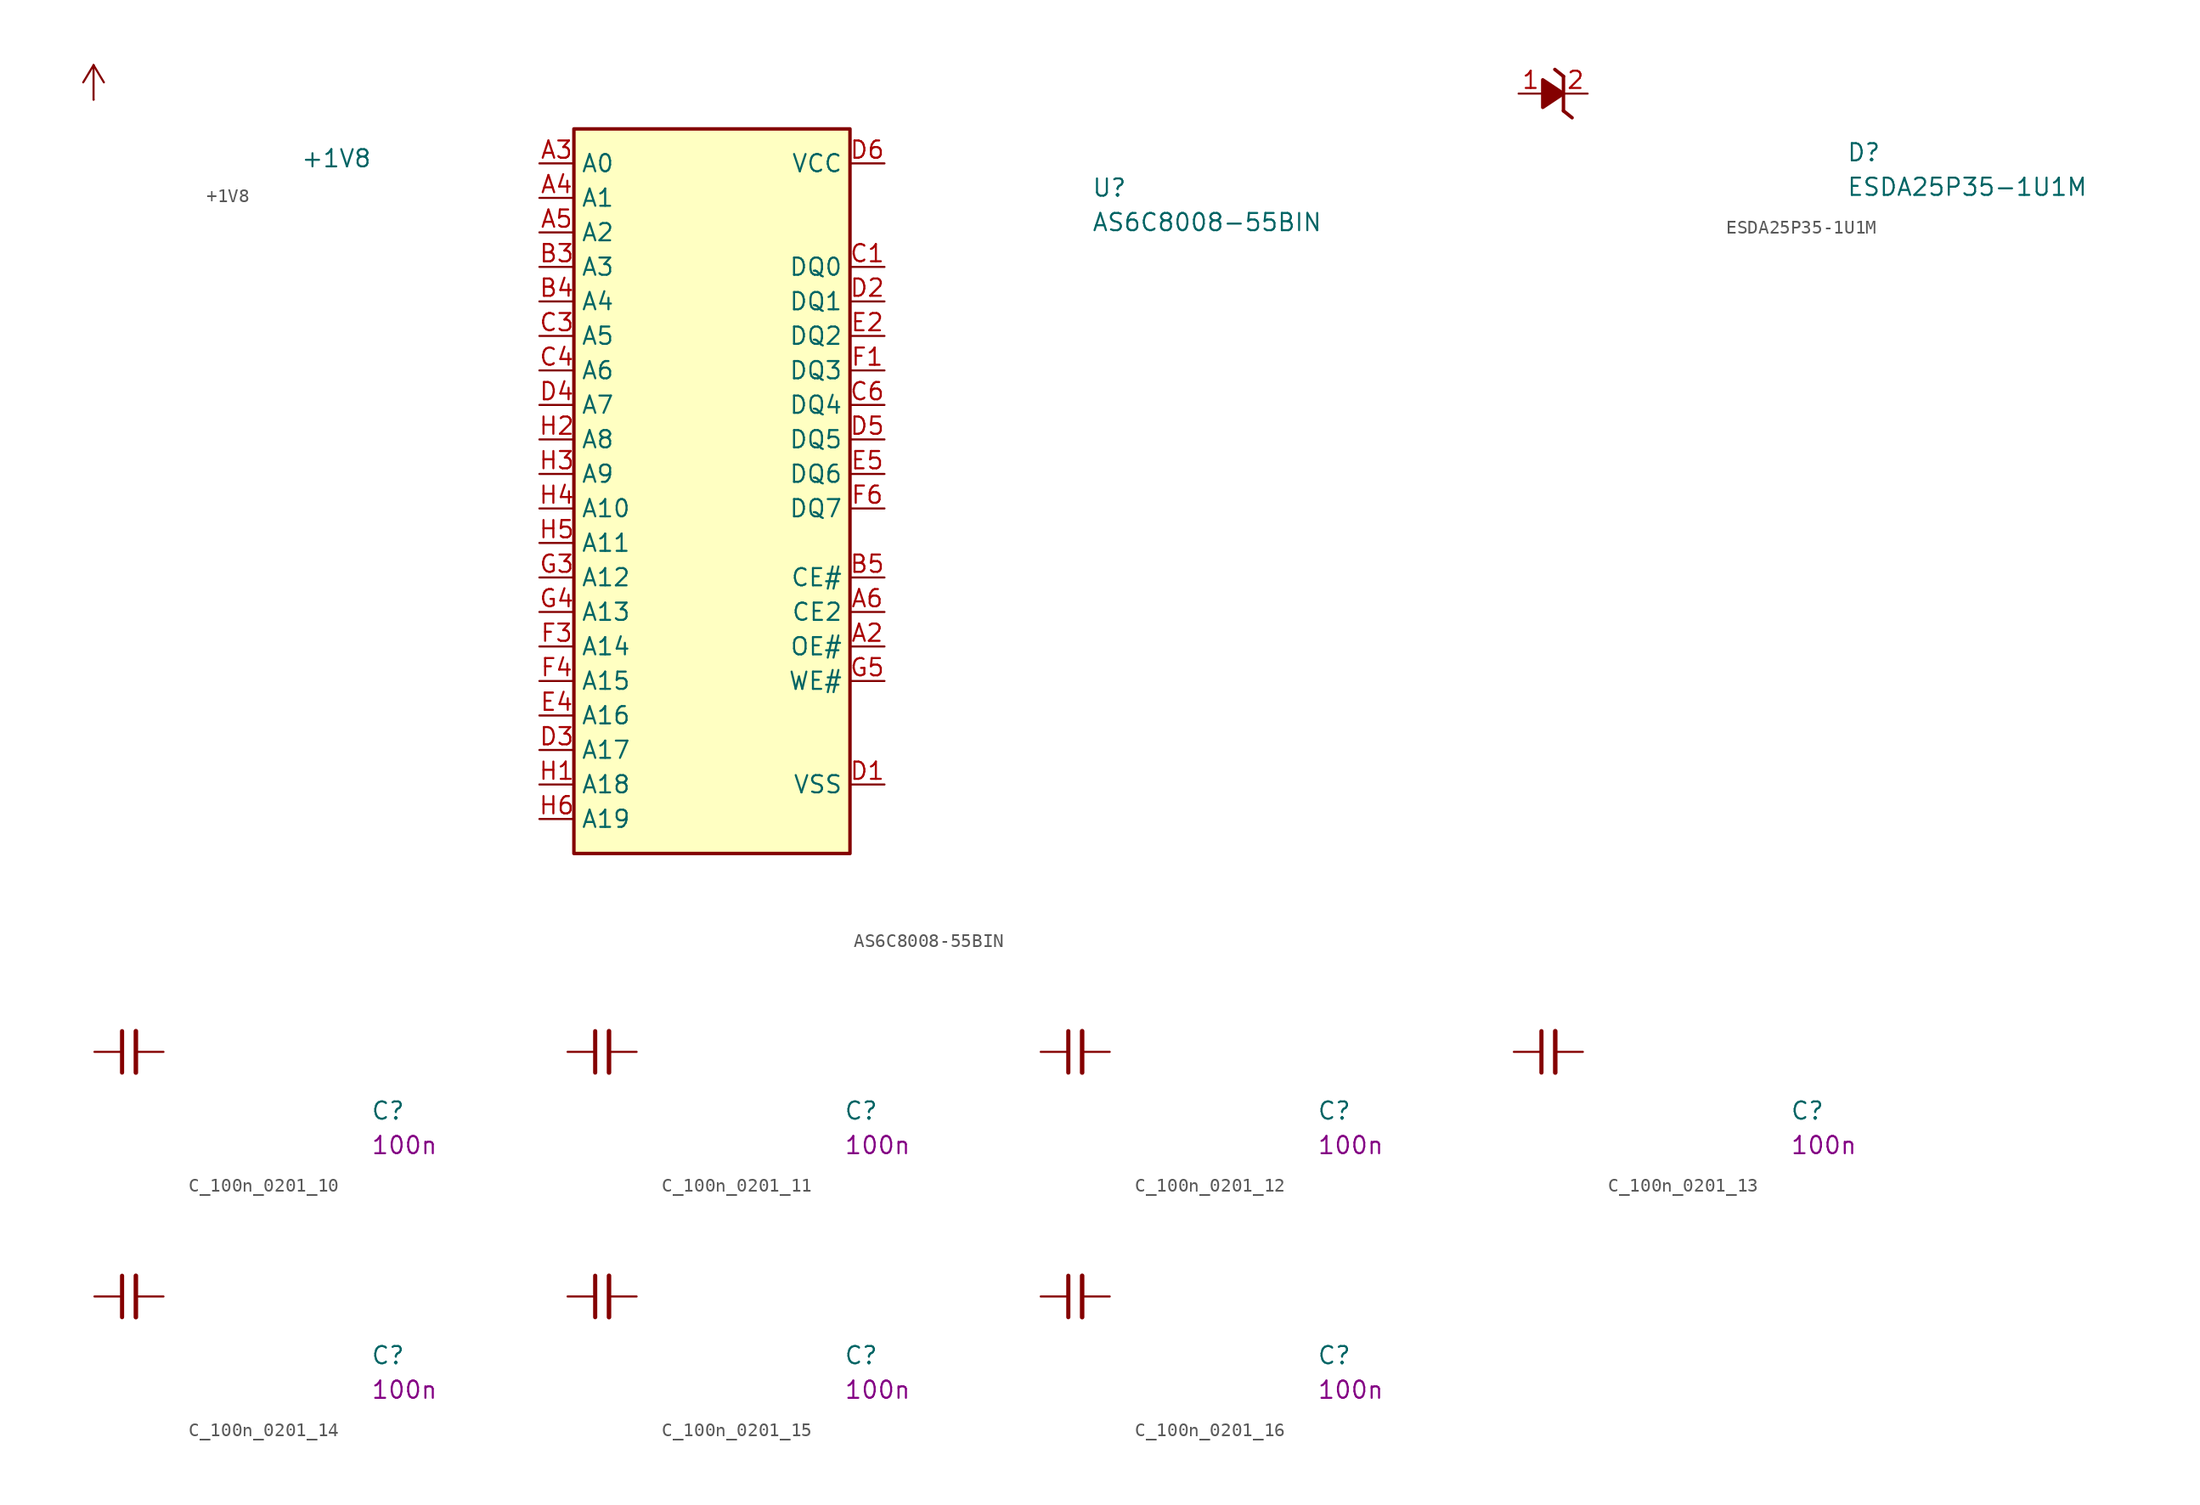
<source format=kicad_sym>
(kicad_symbol_lib
  (version 20211014)
  (generator kicad_symbol_editor)
  (symbol "+1V8"
    (power)
    (pin_numbers hide)
    (pin_names hide)
    (property "Reference" "#PWR"
      (at 15.24 -2.54 0)
      (effects (font (size 1.27 1.27) (thickness 0.15)) (justify left bottom) hide))
    (property "Value" "+1V8"
      (at 15.24 -5.08 0)
      (effects (font (size 1.27 1.27) (thickness 0.15)) (justify left bottom)))
    (symbol "+1V8_1_1"
      (polyline (pts (xy -0.762 1.27) (xy 0 2.54)) (stroke (width 0) (type default) (color 0 0 0 0)) (fill (type background)))
      (polyline (pts (xy 0 0) (xy 0 2.54)) (stroke (width 0) (type default) (color 0 0 0 0)) (fill (type background)))
      (polyline (pts (xy 0 2.54) (xy 0.762 1.27)) (stroke (width 0) (type default) (color 0 0 0 0)) (fill (type background)))
      (pin power_in line (at 0 0 90) (length 0) (name "+1V8" (effects (font (size 1.27 1.27)))) (number "1" (effects (font (size 1.27 1.27)))))))
  (symbol "AS6C8008-55BIN"
    (property "Reference" "U"
      (at 40.64 -2.54 0)
      (effects (font (size 1.27 1.27) (thickness 0.15)) (justify left bottom)))
    (property "Value" "AS6C8008-55BIN"
      (at 40.64 -5.08 0)
      (effects (font (size 1.27 1.27) (thickness 0.15)) (justify left bottom)))
    (symbol "AS6C8008-55BIN_1_1"
      (rectangle (start 2.54 2.54) (end 22.86 -50.8) (stroke (width 0.254) (type default) (color 0 0 0 0)) (fill (type background)))
      (pin no_connect line (at 6.35 -50.8 90) (length 2.54) hide (name "NC" (effects (font (size 1.27 1.27)))) (number "A1" (effects (font (size 1.27 1.27)))))
      (pin input line (at 25.4 -35.56 180) (length 2.54) (name "OE#" (effects (font (size 1.27 1.27)))) (number "A2" (effects (font (size 1.27 1.27)))))
      (pin input line (at 0 0 0) (length 2.54) (name "A0" (effects (font (size 1.27 1.27)))) (number "A3" (effects (font (size 1.27 1.27)))))
      (pin input line (at 0 -2.54 0) (length 2.54) (name "A1" (effects (font (size 1.27 1.27)))) (number "A4" (effects (font (size 1.27 1.27)))))
      (pin input line (at 0 -5.08 0) (length 2.54) (name "A2" (effects (font (size 1.27 1.27)))) (number "A5" (effects (font (size 1.27 1.27)))))
      (pin input line (at 25.4 -33.02 180) (length 2.54) (name "CE2" (effects (font (size 1.27 1.27)))) (number "A6" (effects (font (size 1.27 1.27)))))
      (pin no_connect line (at 8.89 -50.8 90) (length 2.54) hide (name "NC" (effects (font (size 1.27 1.27)))) (number "B1" (effects (font (size 1.27 1.27)))))
      (pin no_connect line (at 7.62 -50.8 90) (length 2.54) hide (name "NC" (effects (font (size 1.27 1.27)))) (number "B2" (effects (font (size 1.27 1.27)))))
      (pin input line (at 0 -7.62 0) (length 2.54) (name "A3" (effects (font (size 1.27 1.27)))) (number "B3" (effects (font (size 1.27 1.27)))))
      (pin input line (at 0 -10.16 0) (length 2.54) (name "A4" (effects (font (size 1.27 1.27)))) (number "B4" (effects (font (size 1.27 1.27)))))
      (pin input line (at 25.4 -30.48 180) (length 2.54) (name "CE#" (effects (font (size 1.27 1.27)))) (number "B5" (effects (font (size 1.27 1.27)))))
      (pin no_connect line (at 11.43 -50.8 90) (length 2.54) hide (name "NC" (effects (font (size 1.27 1.27)))) (number "B6" (effects (font (size 1.27 1.27)))))
      (pin bidirectional line (at 25.4 -7.62 180) (length 2.54) (name "DQ0" (effects (font (size 1.27 1.27)))) (number "C1" (effects (font (size 1.27 1.27)))))
      (pin no_connect line (at 10.16 -50.8 90) (length 2.54) hide (name "NC" (effects (font (size 1.27 1.27)))) (number "C2" (effects (font (size 1.27 1.27)))))
      (pin input line (at 0 -12.7 0) (length 2.54) (name "A5" (effects (font (size 1.27 1.27)))) (number "C3" (effects (font (size 1.27 1.27)))))
      (pin input line (at 0 -15.24 0) (length 2.54) (name "A6" (effects (font (size 1.27 1.27)))) (number "C4" (effects (font (size 1.27 1.27)))))
      (pin no_connect line (at 12.7 -50.8 90) (length 2.54) hide (name "NC" (effects (font (size 1.27 1.27)))) (number "C5" (effects (font (size 1.27 1.27)))))
      (pin bidirectional line (at 25.4 -17.78 180) (length 2.54) (name "DQ4" (effects (font (size 1.27 1.27)))) (number "C6" (effects (font (size 1.27 1.27)))))
      (pin passive line (at 25.4 -45.72 180) (length 2.54) (name "VSS" (effects (font (size 1.27 1.27)))) (number "D1" (effects (font (size 1.27 1.27)))))
      (pin bidirectional line (at 25.4 -10.16 180) (length 2.54) (name "DQ1" (effects (font (size 1.27 1.27)))) (number "D2" (effects (font (size 1.27 1.27)))))
      (pin input line (at 0 -43.18 0) (length 2.54) (name "A17" (effects (font (size 1.27 1.27)))) (number "D3" (effects (font (size 1.27 1.27)))))
      (pin input line (at 0 -17.78 0) (length 2.54) (name "A7" (effects (font (size 1.27 1.27)))) (number "D4" (effects (font (size 1.27 1.27)))))
      (pin bidirectional line (at 25.4 -20.32 180) (length 2.54) (name "DQ5" (effects (font (size 1.27 1.27)))) (number "D5" (effects (font (size 1.27 1.27)))))
      (pin power_in line (at 25.4 0 180) (length 2.54) (name "VCC" (effects (font (size 1.27 1.27)))) (number "D6" (effects (font (size 1.27 1.27)))))
      (pin passive line (at 25.4 0 180) (length 2.54) hide (name "VCC" (effects (font (size 1.27 1.27)))) (number "E1" (effects (font (size 1.27 1.27)))))
      (pin bidirectional line (at 25.4 -12.7 180) (length 2.54) (name "DQ2" (effects (font (size 1.27 1.27)))) (number "E2" (effects (font (size 1.27 1.27)))))
      (pin no_connect line (at 13.97 -50.8 90) (length 2.54) hide (name "NC" (effects (font (size 1.27 1.27)))) (number "E3" (effects (font (size 1.27 1.27)))))
      (pin input line (at 0 -40.64 0) (length 2.54) (name "A16" (effects (font (size 1.27 1.27)))) (number "E4" (effects (font (size 1.27 1.27)))))
      (pin bidirectional line (at 25.4 -22.86 180) (length 2.54) (name "DQ6" (effects (font (size 1.27 1.27)))) (number "E5" (effects (font (size 1.27 1.27)))))
      (pin passive line (at 25.4 -45.72 180) (length 2.54) hide (name "VSS" (effects (font (size 1.27 1.27)))) (number "E6" (effects (font (size 1.27 1.27)))))
      (pin bidirectional line (at 25.4 -15.24 180) (length 2.54) (name "DQ3" (effects (font (size 1.27 1.27)))) (number "F1" (effects (font (size 1.27 1.27)))))
      (pin no_connect line (at 15.24 -50.8 90) (length 2.54) hide (name "NC" (effects (font (size 1.27 1.27)))) (number "F2" (effects (font (size 1.27 1.27)))))
      (pin input line (at 0 -35.56 0) (length 2.54) (name "A14" (effects (font (size 1.27 1.27)))) (number "F3" (effects (font (size 1.27 1.27)))))
      (pin input line (at 0 -38.1 0) (length 2.54) (name "A15" (effects (font (size 1.27 1.27)))) (number "F4" (effects (font (size 1.27 1.27)))))
      (pin no_connect line (at 16.51 -50.8 90) (length 2.54) hide (name "NC" (effects (font (size 1.27 1.27)))) (number "F5" (effects (font (size 1.27 1.27)))))
      (pin bidirectional line (at 25.4 -25.4 180) (length 2.54) (name "DQ7" (effects (font (size 1.27 1.27)))) (number "F6" (effects (font (size 1.27 1.27)))))
      (pin no_connect line (at 17.78 -50.8 90) (length 2.54) hide (name "NC" (effects (font (size 1.27 1.27)))) (number "G1" (effects (font (size 1.27 1.27)))))
      (pin no_connect line (at 19.05 -50.8 90) (length 2.54) hide (name "NC" (effects (font (size 1.27 1.27)))) (number "G2" (effects (font (size 1.27 1.27)))))
      (pin input line (at 0 -30.48 0) (length 2.54) (name "A12" (effects (font (size 1.27 1.27)))) (number "G3" (effects (font (size 1.27 1.27)))))
      (pin input line (at 0 -33.02 0) (length 2.54) (name "A13" (effects (font (size 1.27 1.27)))) (number "G4" (effects (font (size 1.27 1.27)))))
      (pin input line (at 25.4 -38.1 180) (length 2.54) (name "WE#" (effects (font (size 1.27 1.27)))) (number "G5" (effects (font (size 1.27 1.27)))))
      (pin no_connect line (at 20.32 -50.8 90) (length 2.54) hide (name "NC" (effects (font (size 1.27 1.27)))) (number "G6" (effects (font (size 1.27 1.27)))))
      (pin input line (at 0 -45.72 0) (length 2.54) (name "A18" (effects (font (size 1.27 1.27)))) (number "H1" (effects (font (size 1.27 1.27)))))
      (pin input line (at 0 -20.32 0) (length 2.54) (name "A8" (effects (font (size 1.27 1.27)))) (number "H2" (effects (font (size 1.27 1.27)))))
      (pin input line (at 0 -22.86 0) (length 2.54) (name "A9" (effects (font (size 1.27 1.27)))) (number "H3" (effects (font (size 1.27 1.27)))))
      (pin input line (at 0 -25.4 0) (length 2.54) (name "A10" (effects (font (size 1.27 1.27)))) (number "H4" (effects (font (size 1.27 1.27)))))
      (pin input line (at 0 -27.94 0) (length 2.54) (name "A11" (effects (font (size 1.27 1.27)))) (number "H5" (effects (font (size 1.27 1.27)))))
      (pin input line (at 0 -48.26 0) (length 2.54) (name "A19" (effects (font (size 1.27 1.27)))) (number "H6" (effects (font (size 1.27 1.27)))))))
  (symbol "ESDA25P35-1U1M"
    (pin_names hide)
    (property "Reference" "D"
      (at 24.13 -5.08 0)
      (effects (font (size 1.27 1.27) (thickness 0.15)) (justify left bottom)))
    (property "Value" "ESDA25P35-1U1M"
      (at 24.13 -7.62 0)
      (effects (font (size 1.27 1.27) (thickness 0.15)) (justify left bottom)))
    (symbol "ESDA25P35-1U1M_0_1"
      (polyline (pts (xy 2.667 1.778) (xy 3.302 1.27)) (stroke (width 0.254) (type default) (color 0 0 0 0)) (fill (type none)))
      (polyline (pts (xy 3.302 0) (xy 1.778 0)) (stroke (width 0) (type default) (color 0 0 0 0)) (fill (type none)))
      (polyline (pts (xy 1.778 1.016) (xy 3.302 0) (xy 1.778 -1.016) (xy 1.778 1.016)) (stroke (width 0.254) (type default) (color 0 0 0 0)) (fill (type outline))))
    (symbol "ESDA25P35-1U1M_1_1"
      (polyline (pts (xy 3.302 -1.27) (xy 3.302 1.27)) (stroke (width 0.254) (type default) (color 0 0 0 0)) (fill (type none)))
      (polyline (pts (xy 3.302 -1.27) (xy 3.937 -1.778)) (stroke (width 0.254) (type default) (color 0 0 0 0)) (fill (type none)))
      (pin passive line (at 0 0 0) (length 1.778) (name "K" (effects (font (size 1.27 1.27)))) (number "1" (effects (font (size 1.27 1.27)))))
      (pin passive line (at 5.08 0 180) (length 1.778) (name "A" (effects (font (size 1.27 1.27)))) (number "2" (effects (font (size 1.27 1.27)))))))
  (symbol "K410T-devboard:C_100n_0201_10"
    (pin_numbers hide)
    (pin_names hide)
    (property "Reference" "C"
      (at 20.32 -5.08 0)
      (effects (font (size 1.27 1.27) (thickness 0.15)) (justify left bottom)))
    (property "Val" "100n"
      (at 20.32 -7.62 0)
      (effects (font (size 1.27 1.27) (thickness 0.15)) (justify left bottom)))
    (symbol "C_100n_0201_10_0_1"
      (polyline (pts (xy 2.032 -1.524) (xy 2.032 1.524)) (stroke (width 0.305) (type default)) (fill (type none)))
      (polyline (pts (xy 3.048 -1.524) (xy 3.048 1.524)) (stroke (width 0.33) (type default)) (fill (type none))))
    (symbol "C_100n_0201_10_1_1"
      (pin passive line (at 0 0 0) (length 2.032) (name "~" (effects (font (size 1.27 1.27)))) (number "1" (effects (font (size 1.27 1.27)))))
      (pin passive line (at 5.08 0 180) (length 2.032) (name "~" (effects (font (size 1.27 1.27)))) (number "2" (effects (font (size 1.27 1.27)))))))
  (symbol "K410T-devboard:C_100n_0201_11"
    (pin_numbers hide)
    (pin_names hide)
    (property "Reference" "C"
      (at 20.32 -5.08 0)
      (effects (font (size 1.27 1.27) (thickness 0.15)) (justify left bottom)))
    (property "Val" "100n"
      (at 20.32 -7.62 0)
      (effects (font (size 1.27 1.27) (thickness 0.15)) (justify left bottom)))
    (symbol "C_100n_0201_11_0_1"
      (polyline (pts (xy 2.032 -1.524) (xy 2.032 1.524)) (stroke (width 0.305) (type default)) (fill (type none)))
      (polyline (pts (xy 3.048 -1.524) (xy 3.048 1.524)) (stroke (width 0.33) (type default)) (fill (type none))))
    (symbol "C_100n_0201_11_1_1"
      (pin passive line (at 0 0 0) (length 2.032) (name "~" (effects (font (size 1.27 1.27)))) (number "1" (effects (font (size 1.27 1.27)))))
      (pin passive line (at 5.08 0 180) (length 2.032) (name "~" (effects (font (size 1.27 1.27)))) (number "2" (effects (font (size 1.27 1.27)))))))
  (symbol "K410T-devboard:C_100n_0201_12"
    (pin_numbers hide)
    (pin_names hide)
    (property "Reference" "C"
      (at 20.32 -5.08 0)
      (effects (font (size 1.27 1.27) (thickness 0.15)) (justify left bottom)))
    (property "Val" "100n"
      (at 20.32 -7.62 0)
      (effects (font (size 1.27 1.27) (thickness 0.15)) (justify left bottom)))
    (symbol "C_100n_0201_12_0_1"
      (polyline (pts (xy 2.032 -1.524) (xy 2.032 1.524)) (stroke (width 0.305) (type default)) (fill (type none)))
      (polyline (pts (xy 3.048 -1.524) (xy 3.048 1.524)) (stroke (width 0.33) (type default)) (fill (type none))))
    (symbol "C_100n_0201_12_1_1"
      (pin passive line (at 0 0 0) (length 2.032) (name "~" (effects (font (size 1.27 1.27)))) (number "1" (effects (font (size 1.27 1.27)))))
      (pin passive line (at 5.08 0 180) (length 2.032) (name "~" (effects (font (size 1.27 1.27)))) (number "2" (effects (font (size 1.27 1.27)))))))
  (symbol "K410T-devboard:C_100n_0201_13"
    (pin_numbers hide)
    (pin_names hide)
    (property "Reference" "C"
      (at 20.32 -5.08 0)
      (effects (font (size 1.27 1.27) (thickness 0.15)) (justify left bottom)))
    (property "Val" "100n"
      (at 20.32 -7.62 0)
      (effects (font (size 1.27 1.27) (thickness 0.15)) (justify left bottom)))
    (symbol "C_100n_0201_13_0_1"
      (polyline (pts (xy 2.032 -1.524) (xy 2.032 1.524)) (stroke (width 0.305) (type default)) (fill (type none)))
      (polyline (pts (xy 3.048 -1.524) (xy 3.048 1.524)) (stroke (width 0.33) (type default)) (fill (type none))))
    (symbol "C_100n_0201_13_1_1"
      (pin passive line (at 0 0 0) (length 2.032) (name "~" (effects (font (size 1.27 1.27)))) (number "1" (effects (font (size 1.27 1.27)))))
      (pin passive line (at 5.08 0 180) (length 2.032) (name "~" (effects (font (size 1.27 1.27)))) (number "2" (effects (font (size 1.27 1.27)))))))
  (symbol "K410T-devboard:C_100n_0201_14"
    (pin_numbers hide)
    (pin_names hide)
    (property "Reference" "C"
      (at 20.32 -5.08 0)
      (effects (font (size 1.27 1.27) (thickness 0.15)) (justify left bottom)))
    (property "Val" "100n"
      (at 20.32 -7.62 0)
      (effects (font (size 1.27 1.27) (thickness 0.15)) (justify left bottom)))
    (symbol "C_100n_0201_14_0_1"
      (polyline (pts (xy 2.032 -1.524) (xy 2.032 1.524)) (stroke (width 0.305) (type default)) (fill (type none)))
      (polyline (pts (xy 3.048 -1.524) (xy 3.048 1.524)) (stroke (width 0.33) (type default)) (fill (type none))))
    (symbol "C_100n_0201_14_1_1"
      (pin passive line (at 0 0 0) (length 2.032) (name "~" (effects (font (size 1.27 1.27)))) (number "1" (effects (font (size 1.27 1.27)))))
      (pin passive line (at 5.08 0 180) (length 2.032) (name "~" (effects (font (size 1.27 1.27)))) (number "2" (effects (font (size 1.27 1.27)))))))
  (symbol "K410T-devboard:C_100n_0201_15"
    (pin_numbers hide)
    (pin_names hide)
    (property "Reference" "C"
      (at 20.32 -5.08 0)
      (effects (font (size 1.27 1.27) (thickness 0.15)) (justify left bottom)))
    (property "Val" "100n"
      (at 20.32 -7.62 0)
      (effects (font (size 1.27 1.27) (thickness 0.15)) (justify left bottom)))
    (symbol "C_100n_0201_15_0_1"
      (polyline (pts (xy 2.032 -1.524) (xy 2.032 1.524)) (stroke (width 0.305) (type default)) (fill (type none)))
      (polyline (pts (xy 3.048 -1.524) (xy 3.048 1.524)) (stroke (width 0.33) (type default)) (fill (type none))))
    (symbol "C_100n_0201_15_1_1"
      (pin passive line (at 0 0 0) (length 2.032) (name "~" (effects (font (size 1.27 1.27)))) (number "1" (effects (font (size 1.27 1.27)))))
      (pin passive line (at 5.08 0 180) (length 2.032) (name "~" (effects (font (size 1.27 1.27)))) (number "2" (effects (font (size 1.27 1.27)))))))
  (symbol "K410T-devboard:C_100n_0201_16"
    (pin_numbers hide)
    (pin_names hide)
    (property "Reference" "C"
      (at 20.32 -5.08 0)
      (effects (font (size 1.27 1.27) (thickness 0.15)) (justify left bottom)))
    (property "Val" "100n"
      (at 20.32 -7.62 0)
      (effects (font (size 1.27 1.27) (thickness 0.15)) (justify left bottom)))
    (symbol "C_100n_0201_16_0_1"
      (polyline (pts (xy 2.032 -1.524) (xy 2.032 1.524)) (stroke (width 0.305) (type default)) (fill (type none)))
      (polyline (pts (xy 3.048 -1.524) (xy 3.048 1.524)) (stroke (width 0.33) (type default)) (fill (type none))))
    (symbol "C_100n_0201_16_1_1"
      (pin passive line (at 0 0 0) (length 2.032) (name "~" (effects (font (size 1.27 1.27)))) (number "1" (effects (font (size 1.27 1.27)))))
      (pin passive line (at 5.08 0 180) (length 2.032) (name "~" (effects (font (size 1.27 1.27)))) (number "2" (effects (font (size 1.27 1.27))))))))
</source>
